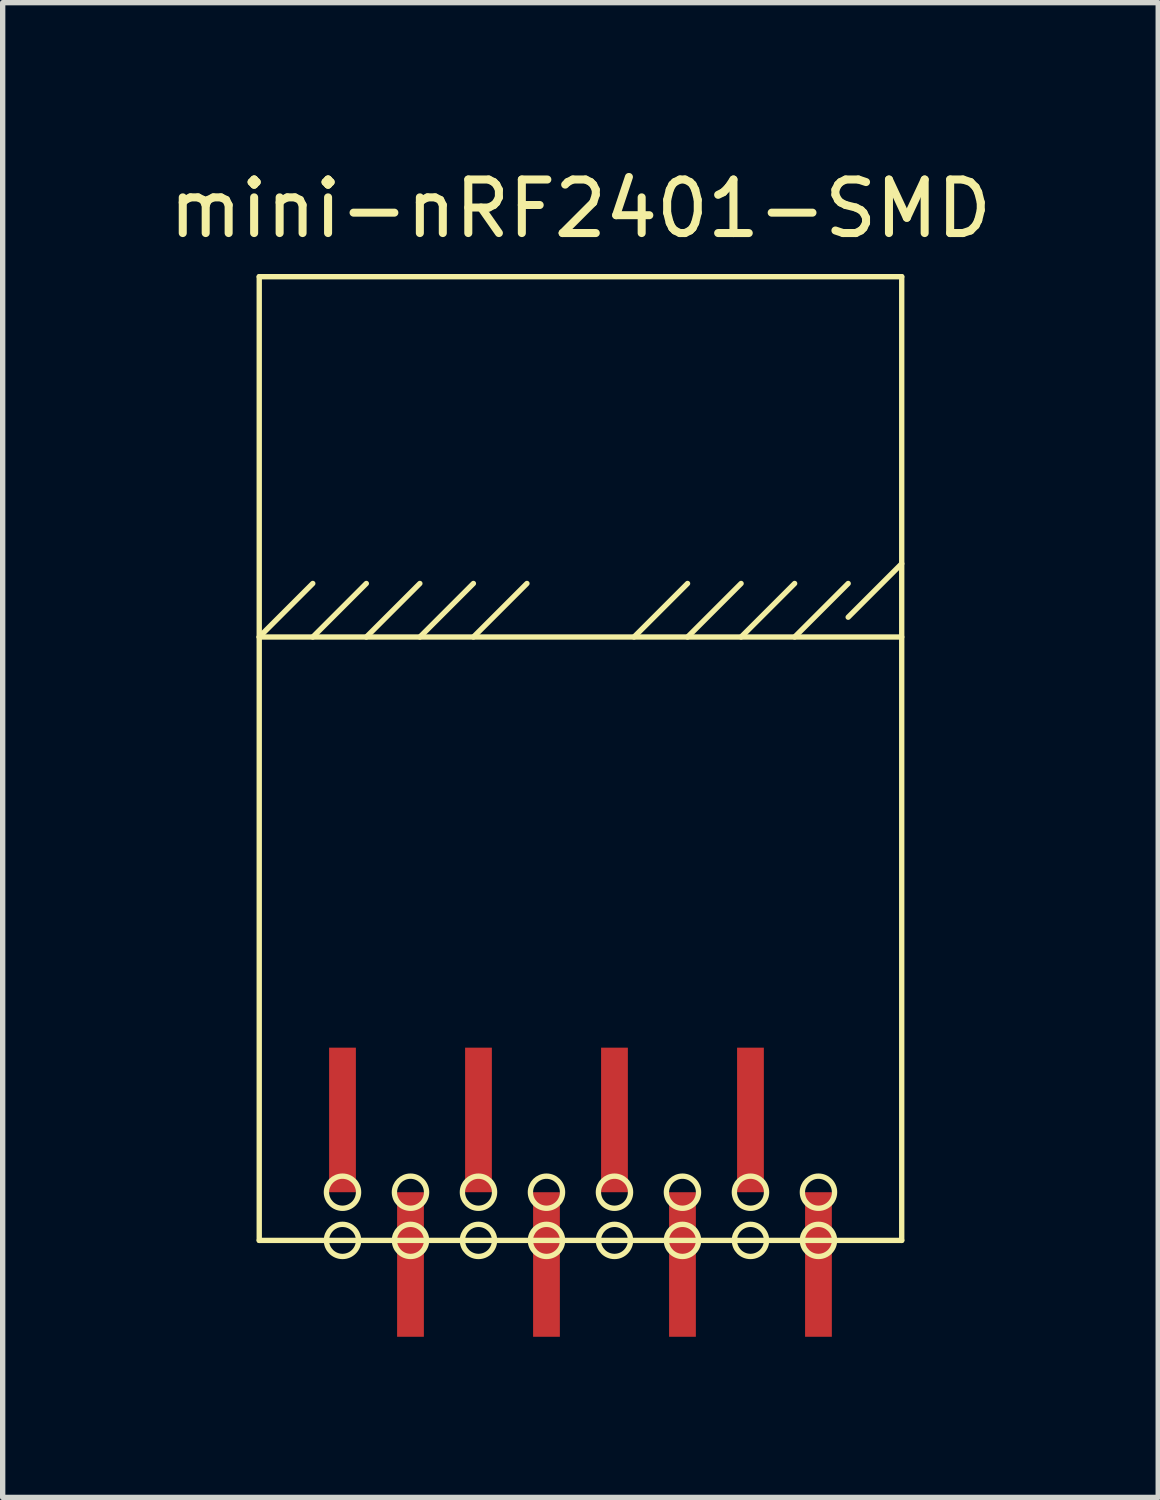
<source format=kicad_pcb>
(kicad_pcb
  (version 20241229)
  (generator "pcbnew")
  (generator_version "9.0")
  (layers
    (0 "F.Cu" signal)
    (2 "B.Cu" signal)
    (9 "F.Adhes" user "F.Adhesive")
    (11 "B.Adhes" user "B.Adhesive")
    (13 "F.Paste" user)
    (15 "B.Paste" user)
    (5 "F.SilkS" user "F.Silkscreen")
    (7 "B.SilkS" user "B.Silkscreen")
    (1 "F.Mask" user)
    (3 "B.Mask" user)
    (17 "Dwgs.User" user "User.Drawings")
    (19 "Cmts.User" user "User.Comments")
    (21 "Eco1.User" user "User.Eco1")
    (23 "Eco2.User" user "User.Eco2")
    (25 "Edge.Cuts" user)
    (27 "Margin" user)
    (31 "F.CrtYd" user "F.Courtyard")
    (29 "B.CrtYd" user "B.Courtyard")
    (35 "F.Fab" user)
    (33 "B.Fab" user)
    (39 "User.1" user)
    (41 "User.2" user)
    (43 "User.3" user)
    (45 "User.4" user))
  (footprint "mini-nRF2401-SMD"
    (layer "F.Cu")
    (at 7.792 19.218)
    (property "Reference" "mini-nRF2401-SMD" (at 0 -18.37 0) (layer "F.SilkS") (effects (font (size 1 1) (thickness 0.15))))
    (attr through_hole)
    (fp_line (start -6 -17.1) (end -6 0.9) (stroke (width 0.1) (type solid)) (layer "F.SilkS"))
    (fp_line (start -6 -10.37) (end -5 -11.37) (stroke (width 0.1) (type solid)) (layer "F.SilkS"))
    (fp_line (start -6 -10.37) (end 6 -10.37) (stroke (width 0.1) (type solid)) (layer "F.SilkS"))
    (fp_line (start -6 0.9) (end 6 0.9) (stroke (width 0.1) (type solid)) (layer "F.SilkS"))
    (fp_line (start -5 -10.37) (end -4 -11.37) (stroke (width 0.1) (type solid)) (layer "F.SilkS"))
    (fp_line (start -4 -10.37) (end -3 -11.37) (stroke (width 0.1) (type solid)) (layer "F.SilkS"))
    (fp_line (start -3 -10.37) (end -2 -11.37) (stroke (width 0.1) (type solid)) (layer "F.SilkS"))
    (fp_line (start -2 -10.37) (end -1 -11.37) (stroke (width 0.1) (type solid)) (layer "F.SilkS"))
    (fp_line (start 1 -10.37) (end 2 -11.37) (stroke (width 0.1) (type solid)) (layer "F.SilkS"))
    (fp_line (start 2 -10.37) (end 3 -11.37) (stroke (width 0.1) (type solid)) (layer "F.SilkS"))
    (fp_line (start 3 -10.37) (end 4 -11.37) (stroke (width 0.1) (type solid)) (layer "F.SilkS"))
    (fp_line (start 4 -10.37) (end 5 -11.37) (stroke (width 0.1) (type solid)) (layer "F.SilkS"))
    (fp_line (start 5 -10.74) (end 6 -11.74) (stroke (width 0.1) (type solid)) (layer "F.SilkS"))
    (fp_line (start 6 -17.1) (end -6 -17.1) (stroke (width 0.1) (type solid)) (layer "F.SilkS"))
    (fp_line (start 6 0.9) (end 6 -17.1) (stroke (width 0.1) (type solid)) (layer "F.SilkS"))
    (fp_circle (center -4.445 0) (end -4.445 0.3) (stroke (width 0.1) (type solid)) (fill no) (layer "F.SilkS"))
    (fp_circle (center -4.445 0.9) (end -4.445 1.2) (stroke (width 0.1) (type solid)) (fill no) (layer "F.SilkS"))
    (fp_circle (center -3.175 0) (end -3.175 0.3) (stroke (width 0.1) (type solid)) (fill no) (layer "F.SilkS"))
    (fp_circle (center -3.175 0.9) (end -3.175 1.2) (stroke (width 0.1) (type solid)) (fill no) (layer "F.SilkS"))
    (fp_circle (center -1.905 0) (end -1.905 0.3) (stroke (width 0.1) (type solid)) (fill no) (layer "F.SilkS"))
    (fp_circle (center -1.905 0.9) (end -1.905 1.2) (stroke (width 0.1) (type solid)) (fill no) (layer "F.SilkS"))
    (fp_circle (center -0.635 0) (end -0.635 0.3) (stroke (width 0.1) (type solid)) (fill no) (layer "F.SilkS"))
    (fp_circle (center -0.635 0.9) (end -0.635 1.2) (stroke (width 0.1) (type solid)) (fill no) (layer "F.SilkS"))
    (fp_circle (center 0.635 0) (end 0.635 0.3) (stroke (width 0.1) (type solid)) (fill no) (layer "F.SilkS"))
    (fp_circle (center 0.635 0.9) (end 0.635 1.2) (stroke (width 0.1) (type solid)) (fill no) (layer "F.SilkS"))
    (fp_circle (center 1.905 0) (end 1.905 0.3) (stroke (width 0.1) (type solid)) (fill no) (layer "F.SilkS"))
    (fp_circle (center 1.905 0.9) (end 1.905 1.2) (stroke (width 0.1) (type solid)) (fill no) (layer "F.SilkS"))
    (fp_circle (center 3.175 0) (end 3.175 0.3) (stroke (width 0.1) (type solid)) (fill no) (layer "F.SilkS"))
    (fp_circle (center 3.175 0.9) (end 3.175 1.2) (stroke (width 0.1) (type solid)) (fill no) (layer "F.SilkS"))
    (fp_circle (center 4.445 0) (end 4.445 0.3) (stroke (width 0.1) (type solid)) (fill no) (layer "F.SilkS"))
    (fp_circle (center 4.445 0.9) (end 4.445 1.2) (stroke (width 0.1) (type solid)) (fill no) (layer "F.SilkS"))
    (pad "1" smd rect (at -3.175 1.35) (size 0.5 2.7) (layers "F.Cu" "F.Mask" "F.Paste"))
    (pad "2" smd rect (at -4.445 -1.35) (size 0.5 2.7) (layers "F.Cu" "F.Mask" "F.Paste"))
    (pad "3" smd rect (at -1.905 -1.35) (size 0.5 2.7) (layers "F.Cu" "F.Mask" "F.Paste"))
    (pad "4" smd rect (at -0.635 1.35) (size 0.5 2.7) (layers "F.Cu" "F.Mask" "F.Paste"))
    (pad "5" smd rect (at 0.635 -1.35) (size 0.5 2.7) (layers "F.Cu" "F.Mask" "F.Paste"))
    (pad "6" smd rect (at 1.905 1.35) (size 0.5 2.7) (layers "F.Cu" "F.Mask" "F.Paste"))
    (pad "7" smd rect (at 3.175 -1.35) (size 0.5 2.7) (layers "F.Cu" "F.Mask" "F.Paste"))
    (pad "8" smd rect (at 4.445 1.35) (size 0.5 2.7) (layers "F.Cu" "F.Mask" "F.Paste")))
  (gr_rect
    (start -3 -3)
    (end 18.583 24.918)
    (stroke (width 0.1) (type default))
    (fill no)
    (layer "Edge.Cuts")))
</source>
